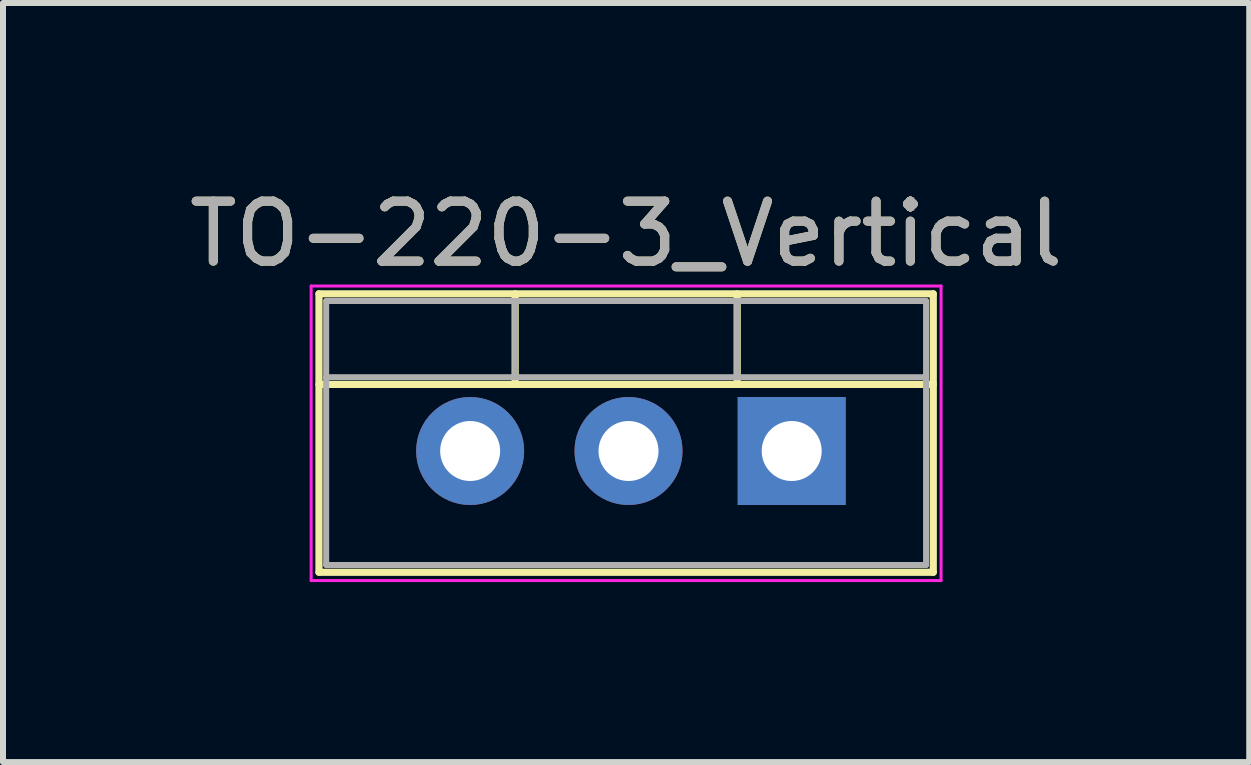
<source format=kicad_pcb>
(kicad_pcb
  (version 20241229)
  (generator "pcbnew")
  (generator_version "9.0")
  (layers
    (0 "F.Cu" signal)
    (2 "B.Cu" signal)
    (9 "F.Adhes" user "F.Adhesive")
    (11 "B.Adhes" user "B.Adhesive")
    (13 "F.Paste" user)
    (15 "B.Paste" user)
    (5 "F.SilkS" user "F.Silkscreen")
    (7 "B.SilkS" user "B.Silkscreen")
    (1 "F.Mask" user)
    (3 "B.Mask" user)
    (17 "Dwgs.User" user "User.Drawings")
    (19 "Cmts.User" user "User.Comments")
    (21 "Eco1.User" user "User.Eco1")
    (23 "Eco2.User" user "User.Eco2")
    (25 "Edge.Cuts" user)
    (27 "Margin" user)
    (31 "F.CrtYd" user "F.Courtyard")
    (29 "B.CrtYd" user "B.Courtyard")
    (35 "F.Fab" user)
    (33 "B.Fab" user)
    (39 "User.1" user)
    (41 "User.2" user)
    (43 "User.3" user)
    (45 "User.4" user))
  (footprint "TO-220-3_Vertical"
    (layer "F.Cu")
    (at 4.847 4.468)
    (property "Reference" "TO-220-3_Vertical" (at 2.54 -3.62 0) (layer "F.SilkS") (effects (font (size 1 1) (thickness 0.15))))
    (attr through_hole)
    (fp_line (start -2.58 -2.62) (end -2.58 2.021) (stroke (width 0.12) (type solid)) (layer "F.SilkS"))
    (fp_line (start -2.58 -2.62) (end 7.66 -2.62) (stroke (width 0.12) (type solid)) (layer "F.SilkS"))
    (fp_line (start -2.58 -1.11) (end 7.66 -1.11) (stroke (width 0.12) (type solid)) (layer "F.SilkS"))
    (fp_line (start -2.58 2.021) (end 7.66 2.021) (stroke (width 0.12) (type solid)) (layer "F.SilkS"))
    (fp_line (start 0.69 -2.62) (end 0.69 -1.11) (stroke (width 0.12) (type solid)) (layer "F.SilkS"))
    (fp_line (start 4.391 -2.62) (end 4.391 -1.11) (stroke (width 0.12) (type solid)) (layer "F.SilkS"))
    (fp_line (start 7.66 -2.62) (end 7.66 2.021) (stroke (width 0.12) (type solid)) (layer "F.SilkS"))
    (fp_line (start -2.71 -2.75) (end -2.71 2.16) (stroke (width 0.05) (type solid)) (layer "F.CrtYd"))
    (fp_line (start -2.71 2.16) (end 7.79 2.16) (stroke (width 0.05) (type solid)) (layer "F.CrtYd"))
    (fp_line (start 7.79 -2.75) (end -2.71 -2.75) (stroke (width 0.05) (type solid)) (layer "F.CrtYd"))
    (fp_line (start 7.79 2.16) (end 7.79 -2.75) (stroke (width 0.05) (type solid)) (layer "F.CrtYd"))
    (fp_line (start -2.46 -2.5) (end -2.46 1.9) (stroke (width 0.1) (type solid)) (layer "F.Fab"))
    (fp_line (start -2.46 -1.23) (end 7.54 -1.23) (stroke (width 0.1) (type solid)) (layer "F.Fab"))
    (fp_line (start -2.46 1.9) (end 7.54 1.9) (stroke (width 0.1) (type solid)) (layer "F.Fab"))
    (fp_line (start 0.69 -2.5) (end 0.69 -1.23) (stroke (width 0.1) (type solid)) (layer "F.Fab"))
    (fp_line (start 4.39 -2.5) (end 4.39 -1.23) (stroke (width 0.1) (type solid)) (layer "F.Fab"))
    (fp_line (start 7.54 -2.5) (end -2.46 -2.5) (stroke (width 0.1) (type solid)) (layer "F.Fab"))
    (fp_line (start 7.54 1.9) (end 7.54 -2.5) (stroke (width 0.1) (type solid)) (layer "F.Fab"))
    (fp_text user "${REFERENCE}" (at 2.54 -3.62 0) (layer "F.Fab") (effects (font (size 1 1) (thickness 0.15))))
    (pad "1" thru_hole rect (at 5.3 0) (size 1.8 1.8) (drill 1) (layers "*.Cu" "*.Mask"))
    (pad "2" thru_hole oval (at -0.06 0) (size 1.8 1.8) (drill 1) (layers "*.Cu" "*.Mask"))
    (pad "3" thru_hole oval (at 2.58 0) (size 1.8 1.8) (drill 1) (layers "*.Cu" "*.Mask")))
  (gr_rect
    (start -3 -3)
    (end 17.774 9.653)
    (stroke (width 0.1) (type default))
    (fill no)
    (layer "Edge.Cuts")))
</source>
